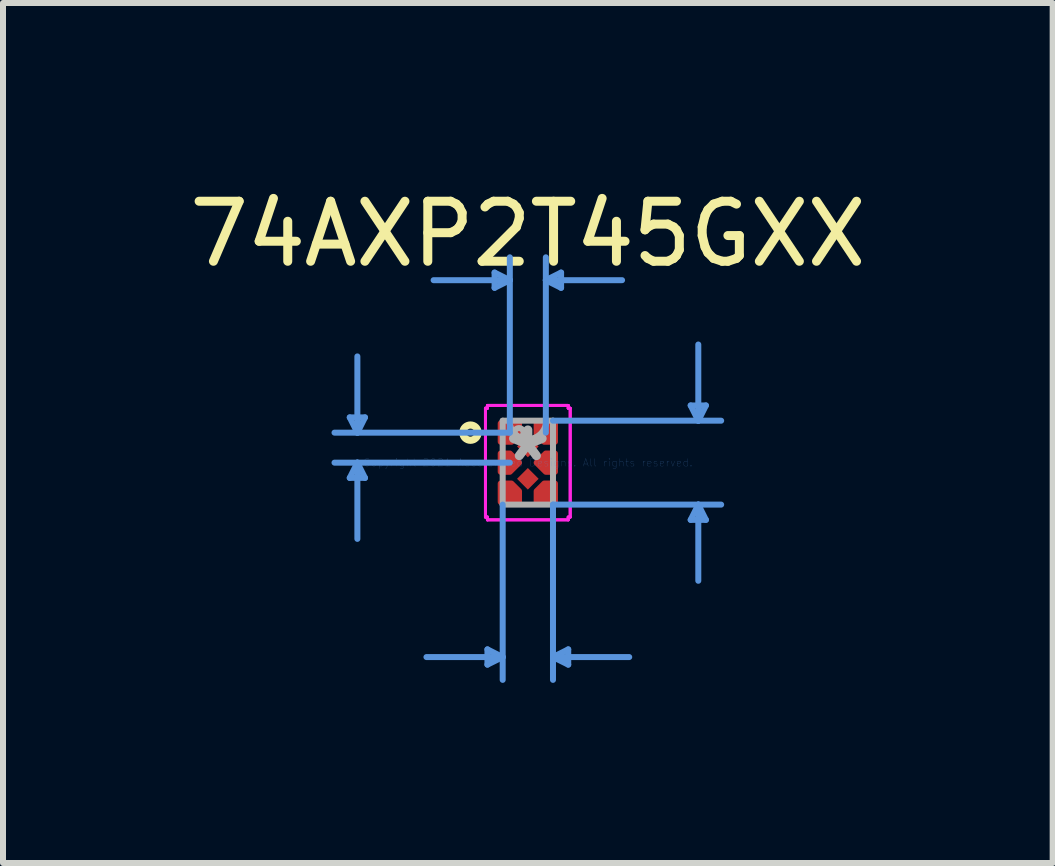
<source format=kicad_pcb>
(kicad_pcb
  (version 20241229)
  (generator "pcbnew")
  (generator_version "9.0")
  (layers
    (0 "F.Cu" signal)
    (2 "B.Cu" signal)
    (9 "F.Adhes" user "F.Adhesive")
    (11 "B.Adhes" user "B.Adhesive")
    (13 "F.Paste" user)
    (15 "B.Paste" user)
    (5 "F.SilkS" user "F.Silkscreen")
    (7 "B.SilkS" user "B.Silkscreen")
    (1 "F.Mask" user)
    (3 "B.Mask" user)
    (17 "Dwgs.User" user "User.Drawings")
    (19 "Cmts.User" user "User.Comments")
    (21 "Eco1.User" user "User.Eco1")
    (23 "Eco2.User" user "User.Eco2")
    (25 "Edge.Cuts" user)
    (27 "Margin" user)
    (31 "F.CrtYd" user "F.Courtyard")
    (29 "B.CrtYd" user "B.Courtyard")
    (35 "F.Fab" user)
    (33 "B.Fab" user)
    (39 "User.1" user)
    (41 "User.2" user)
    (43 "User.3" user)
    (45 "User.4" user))
  (footprint "74AXP2T45GXX"
    (layer "F.Cu")
    (at 5.744 4.658)
    (property "Reference" "74AXP2T45GXX" (at 0 -3.81 0) (layer "F.SilkS") (effects (font (size 1 1) (thickness 0.15))))
    (attr through_hole)
    (fp_poly (pts (xy -0.452 -0.653) (xy -0.452 -0.348) (xy -0.274 -0.348) (xy -0.147 -0.475) (xy -0.147 -0.653)) (stroke (width 0.1) (type solid)) (fill yes) (layer "F.Cu"))
    (fp_poly (pts (xy -0.452 0.152) (xy -0.3 0.152) (xy -0.147 0) (xy -0.3 -0.152) (xy -0.452 -0.152)) (stroke (width 0.1) (type solid)) (fill yes) (layer "F.Cu"))
    (fp_poly (pts (xy -0.452 0.653) (xy -0.452 0.348) (xy -0.274 0.348) (xy -0.147 0.475) (xy -0.147 0.653)) (stroke (width 0.1) (type solid)) (fill yes) (layer "F.Cu"))
    (fp_poly (pts (xy 0.452 -0.653) (xy 0.452 -0.348) (xy 0.274 -0.348) (xy 0.147 -0.475) (xy 0.147 -0.653)) (stroke (width 0.1) (type solid)) (fill yes) (layer "F.Cu"))
    (fp_poly (pts (xy 0.452 0.152) (xy 0.3 0.152) (xy 0.147 0) (xy 0.3 -0.152) (xy 0.452 -0.152)) (stroke (width 0.1) (type solid)) (fill yes) (layer "F.Cu"))
    (fp_poly (pts (xy 0.452 0.653) (xy 0.452 0.348) (xy 0.274 0.348) (xy 0.147 0.475) (xy 0.147 0.653)) (stroke (width 0.1) (type solid)) (fill yes) (layer "F.Cu"))
    (fp_poly (pts (xy -0.452 -0.653) (xy -0.452 -0.348) (xy -0.274 -0.348) (xy -0.147 -0.475) (xy -0.147 -0.653)) (stroke (width 0.1) (type solid)) (fill yes) (layer "F.Mask"))
    (fp_poly (pts (xy -0.452 0.152) (xy -0.3 0.152) (xy -0.147 0) (xy -0.3 -0.152) (xy -0.452 -0.152)) (stroke (width 0.1) (type solid)) (fill yes) (layer "F.Mask"))
    (fp_poly (pts (xy -0.452 0.653) (xy -0.452 0.348) (xy -0.274 0.348) (xy -0.147 0.475) (xy -0.147 0.653)) (stroke (width 0.1) (type solid)) (fill yes) (layer "F.Mask"))
    (fp_poly (pts (xy 0.452 -0.653) (xy 0.452 -0.348) (xy 0.274 -0.348) (xy 0.147 -0.475) (xy 0.147 -0.653)) (stroke (width 0.1) (type solid)) (fill yes) (layer "F.Mask"))
    (fp_poly (pts (xy 0.452 0.152) (xy 0.3 0.152) (xy 0.147 0) (xy 0.3 -0.152) (xy 0.452 -0.152)) (stroke (width 0.1) (type solid)) (fill yes) (layer "F.Mask"))
    (fp_poly (pts (xy 0.452 0.653) (xy 0.452 0.348) (xy 0.274 0.348) (xy 0.147 0.475) (xy 0.147 0.653)) (stroke (width 0.1) (type solid)) (fill yes) (layer "F.Mask"))
    (fp_circle (center -0.956 -0.5) (end -0.829 -0.5) (stroke (width 0.12) (type solid)) (fill no) (layer "F.SilkS"))
    (fp_poly (pts (xy -0.452 -0.653) (xy -0.452 -0.348) (xy -0.274 -0.348) (xy -0.147 -0.475) (xy -0.147 -0.653)) (stroke (width 0.1) (type solid)) (fill yes) (layer "F.Paste"))
    (fp_poly (pts (xy -0.452 0.152) (xy -0.3 0.152) (xy -0.147 0) (xy -0.3 -0.152) (xy -0.452 -0.152)) (stroke (width 0.1) (type solid)) (fill yes) (layer "F.Paste"))
    (fp_poly (pts (xy -0.452 0.653) (xy -0.452 0.348) (xy -0.274 0.348) (xy -0.147 0.475) (xy -0.147 0.653)) (stroke (width 0.1) (type solid)) (fill yes) (layer "F.Paste"))
    (fp_poly (pts (xy 0.452 -0.653) (xy 0.452 -0.348) (xy 0.274 -0.348) (xy 0.147 -0.475) (xy 0.147 -0.653)) (stroke (width 0.1) (type solid)) (fill yes) (layer "F.Paste"))
    (fp_poly (pts (xy 0.452 0.152) (xy 0.3 0.152) (xy 0.147 0) (xy 0.3 -0.152) (xy 0.452 -0.152)) (stroke (width 0.1) (type solid)) (fill yes) (layer "F.Paste"))
    (fp_poly (pts (xy 0.452 0.653) (xy 0.452 0.348) (xy 0.274 0.348) (xy 0.147 0.475) (xy 0.147 0.653)) (stroke (width 0.1) (type solid)) (fill yes) (layer "F.Paste"))
    (fp_line (start -2.967 -0.754) (end -2.713 -0.754) (stroke (width 0.1) (type solid)) (layer "Cmts.User"))
    (fp_line (start -2.967 0.254) (end -2.713 0.254) (stroke (width 0.1) (type solid)) (layer "Cmts.User"))
    (fp_line (start -2.84 -0.5) (end -2.967 -0.754) (stroke (width 0.1) (type solid)) (layer "Cmts.User"))
    (fp_line (start -2.84 -0.5) (end -2.84 -1.77) (stroke (width 0.1) (type solid)) (layer "Cmts.User"))
    (fp_line (start -2.84 -0.5) (end -2.713 -0.754) (stroke (width 0.1) (type solid)) (layer "Cmts.User"))
    (fp_line (start -2.84 0) (end -2.967 0.254) (stroke (width 0.1) (type solid)) (layer "Cmts.User"))
    (fp_line (start -2.84 0) (end -2.84 1.27) (stroke (width 0.1) (type solid)) (layer "Cmts.User"))
    (fp_line (start -2.84 0) (end -2.713 0.254) (stroke (width 0.1) (type solid)) (layer "Cmts.User"))
    (fp_line (start -0.673 3.111) (end -0.673 3.365) (stroke (width 0.1) (type solid)) (layer "Cmts.User"))
    (fp_line (start -0.554 -3.167) (end -0.554 -2.913) (stroke (width 0.1) (type solid)) (layer "Cmts.User"))
    (fp_line (start -0.419 0.699) (end -0.419 3.619) (stroke (width 0.1) (type solid)) (layer "Cmts.User"))
    (fp_line (start -0.419 3.239) (end -1.689 3.239) (stroke (width 0.1) (type solid)) (layer "Cmts.User"))
    (fp_line (start -0.419 3.239) (end -0.673 3.111) (stroke (width 0.1) (type solid)) (layer "Cmts.User"))
    (fp_line (start -0.419 3.239) (end -0.673 3.365) (stroke (width 0.1) (type solid)) (layer "Cmts.User"))
    (fp_line (start -0.3 -3.04) (end -1.57 -3.04) (stroke (width 0.1) (type solid)) (layer "Cmts.User"))
    (fp_line (start -0.3 -3.04) (end -0.554 -3.167) (stroke (width 0.1) (type solid)) (layer "Cmts.User"))
    (fp_line (start -0.3 -3.04) (end -0.554 -2.913) (stroke (width 0.1) (type solid)) (layer "Cmts.User"))
    (fp_line (start -0.3 -0.5) (end -3.221 -0.5) (stroke (width 0.1) (type solid)) (layer "Cmts.User"))
    (fp_line (start -0.3 -0.5) (end -0.3 -3.421) (stroke (width 0.1) (type solid)) (layer "Cmts.User"))
    (fp_line (start -0.3 0) (end -3.221 0) (stroke (width 0.1) (type solid)) (layer "Cmts.User"))
    (fp_line (start 0.3 -3.04) (end 0.554 -3.167) (stroke (width 0.1) (type solid)) (layer "Cmts.User"))
    (fp_line (start 0.3 -3.04) (end 0.554 -2.913) (stroke (width 0.1) (type solid)) (layer "Cmts.User"))
    (fp_line (start 0.3 -3.04) (end 1.57 -3.04) (stroke (width 0.1) (type solid)) (layer "Cmts.User"))
    (fp_line (start 0.3 -0.5) (end 0.3 -3.421) (stroke (width 0.1) (type solid)) (layer "Cmts.User"))
    (fp_line (start 0.419 -0.699) (end 3.221 -0.699) (stroke (width 0.1) (type solid)) (layer "Cmts.User"))
    (fp_line (start 0.419 0.699) (end 0.419 3.619) (stroke (width 0.1) (type solid)) (layer "Cmts.User"))
    (fp_line (start 0.419 0.699) (end 3.221 0.699) (stroke (width 0.1) (type solid)) (layer "Cmts.User"))
    (fp_line (start 0.419 3.239) (end 0.673 3.111) (stroke (width 0.1) (type solid)) (layer "Cmts.User"))
    (fp_line (start 0.419 3.239) (end 0.673 3.365) (stroke (width 0.1) (type solid)) (layer "Cmts.User"))
    (fp_line (start 0.419 3.239) (end 1.689 3.239) (stroke (width 0.1) (type solid)) (layer "Cmts.User"))
    (fp_line (start 0.554 -3.167) (end 0.554 -2.913) (stroke (width 0.1) (type solid)) (layer "Cmts.User"))
    (fp_line (start 0.673 3.111) (end 0.673 3.365) (stroke (width 0.1) (type solid)) (layer "Cmts.User"))
    (fp_line (start 2.713 -0.953) (end 2.967 -0.953) (stroke (width 0.1) (type solid)) (layer "Cmts.User"))
    (fp_line (start 2.713 0.953) (end 2.967 0.953) (stroke (width 0.1) (type solid)) (layer "Cmts.User"))
    (fp_line (start 2.84 -0.699) (end 2.713 -0.953) (stroke (width 0.1) (type solid)) (layer "Cmts.User"))
    (fp_line (start 2.84 -0.699) (end 2.84 -1.968) (stroke (width 0.1) (type solid)) (layer "Cmts.User"))
    (fp_line (start 2.84 -0.699) (end 2.967 -0.953) (stroke (width 0.1) (type solid)) (layer "Cmts.User"))
    (fp_line (start 2.84 0.699) (end 2.713 0.953) (stroke (width 0.1) (type solid)) (layer "Cmts.User"))
    (fp_line (start 2.84 0.699) (end 2.84 1.968) (stroke (width 0.1) (type solid)) (layer "Cmts.User"))
    (fp_line (start 2.84 0.699) (end 2.967 0.953) (stroke (width 0.1) (type solid)) (layer "Cmts.User"))
    (fp_line (start -0.706 -0.907) (end -0.673 -0.907) (stroke (width 0.05) (type solid)) (layer "F.CrtYd"))
    (fp_line (start -0.706 -0.907) (end -0.673 -0.907) (stroke (width 0.05) (type solid)) (layer "F.CrtYd"))
    (fp_line (start -0.706 0.907) (end -0.706 -0.907) (stroke (width 0.05) (type solid)) (layer "F.CrtYd"))
    (fp_line (start -0.706 0.907) (end -0.706 -0.907) (stroke (width 0.05) (type solid)) (layer "F.CrtYd"))
    (fp_line (start -0.706 0.907) (end -0.673 0.907) (stroke (width 0.05) (type solid)) (layer "F.CrtYd"))
    (fp_line (start -0.673 -0.953) (end 0.673 -0.953) (stroke (width 0.05) (type solid)) (layer "F.CrtYd"))
    (fp_line (start -0.673 -0.953) (end 0.673 -0.953) (stroke (width 0.05) (type solid)) (layer "F.CrtYd"))
    (fp_line (start -0.673 -0.907) (end -0.673 -0.953) (stroke (width 0.05) (type solid)) (layer "F.CrtYd"))
    (fp_line (start -0.673 -0.907) (end -0.673 -0.953) (stroke (width 0.05) (type solid)) (layer "F.CrtYd"))
    (fp_line (start -0.673 0.907) (end -0.706 0.907) (stroke (width 0.05) (type solid)) (layer "F.CrtYd"))
    (fp_line (start -0.673 0.953) (end -0.673 0.907) (stroke (width 0.05) (type solid)) (layer "F.CrtYd"))
    (fp_line (start -0.673 0.953) (end -0.673 0.907) (stroke (width 0.05) (type solid)) (layer "F.CrtYd"))
    (fp_line (start 0.673 -0.953) (end 0.673 -0.907) (stroke (width 0.05) (type solid)) (layer "F.CrtYd"))
    (fp_line (start 0.673 -0.953) (end 0.673 -0.907) (stroke (width 0.05) (type solid)) (layer "F.CrtYd"))
    (fp_line (start 0.673 -0.907) (end 0.706 -0.907) (stroke (width 0.05) (type solid)) (layer "F.CrtYd"))
    (fp_line (start 0.673 0.907) (end 0.673 0.953) (stroke (width 0.05) (type solid)) (layer "F.CrtYd"))
    (fp_line (start 0.673 0.907) (end 0.673 0.953) (stroke (width 0.05) (type solid)) (layer "F.CrtYd"))
    (fp_line (start 0.673 0.953) (end -0.673 0.953) (stroke (width 0.05) (type solid)) (layer "F.CrtYd"))
    (fp_line (start 0.673 0.953) (end -0.673 0.953) (stroke (width 0.05) (type solid)) (layer "F.CrtYd"))
    (fp_line (start 0.706 -0.907) (end 0.673 -0.907) (stroke (width 0.05) (type solid)) (layer "F.CrtYd"))
    (fp_line (start 0.706 -0.907) (end 0.706 0.907) (stroke (width 0.05) (type solid)) (layer "F.CrtYd"))
    (fp_line (start 0.706 -0.907) (end 0.706 0.907) (stroke (width 0.05) (type solid)) (layer "F.CrtYd"))
    (fp_line (start 0.706 0.907) (end 0.673 0.907) (stroke (width 0.05) (type solid)) (layer "F.CrtYd"))
    (fp_line (start 0.706 0.907) (end 0.673 0.907) (stroke (width 0.05) (type solid)) (layer "F.CrtYd"))
    (fp_line (start -0.419 -0.699) (end -0.419 0.699) (stroke (width 0.1) (type solid)) (layer "F.Fab"))
    (fp_line (start -0.419 0.699) (end 0.419 0.699) (stroke (width 0.1) (type solid)) (layer "F.Fab"))
    (fp_line (start 0.419 -0.699) (end -0.419 -0.699) (stroke (width 0.1) (type solid)) (layer "F.Fab"))
    (fp_line (start 0.419 0.699) (end 0.419 -0.699) (stroke (width 0.1) (type solid)) (layer "F.Fab"))
    (fp_arc (start 0.3048 -0.6985) (mid 0 -0.3937) (end -0.3048 -0.6985) (stroke (width 0.1) (type solid)) (layer "F.Fab"))
    (fp_circle (center -0.147 -0.5) (end -0.071 -0.5) (stroke (width 0.1) (type solid)) (fill no) (layer "F.Fab"))
    (fp_text user "Copyright 2021 Accelerated Designs. All rights reserved." (at 0 0 0) (layer "Cmts.User") (effects (font (size 0.127 0.127) (thickness 0.002))))
    (fp_text user "*" (at 0 0 0) (layer "F.Fab") (effects (font (size 1 1) (thickness 0.15))))
    (pad "1" smd rect (at -0.3 -0.5) (size 0.051 0.051) (layers "F.Cu" "F.Mask" "F.Paste"))
    (pad "2" smd rect (at -0.3 0) (size 0.051 0.051) (layers "F.Cu" "F.Mask" "F.Paste"))
    (pad "3" smd rect (at -0.3 0.5) (size 0.051 0.051) (layers "F.Cu" "F.Mask" "F.Paste"))
    (pad "4" smd rect (at 0 0.269 45) (size 0.254 0.254) (layers "F.Cu" "F.Mask" "F.Paste"))
    (pad "5" smd rect (at 0.3 0.5) (size 0.051 0.051) (layers "F.Cu" "F.Mask" "F.Paste"))
    (pad "6" smd rect (at 0.3 0) (size 0.051 0.051) (layers "F.Cu" "F.Mask" "F.Paste"))
    (pad "7" smd rect (at 0.3 -0.5) (size 0.051 0.051) (layers "F.Cu" "F.Mask" "F.Paste"))
    (pad "8" smd rect (at 0 -0.269 45) (size 0.254 0.254) (layers "F.Cu" "F.Mask" "F.Paste")))
  (gr_rect
    (start -3 -3)
    (end 14.488 11.328)
    (stroke (width 0.1) (type default))
    (fill no)
    (layer "Edge.Cuts")))
</source>
